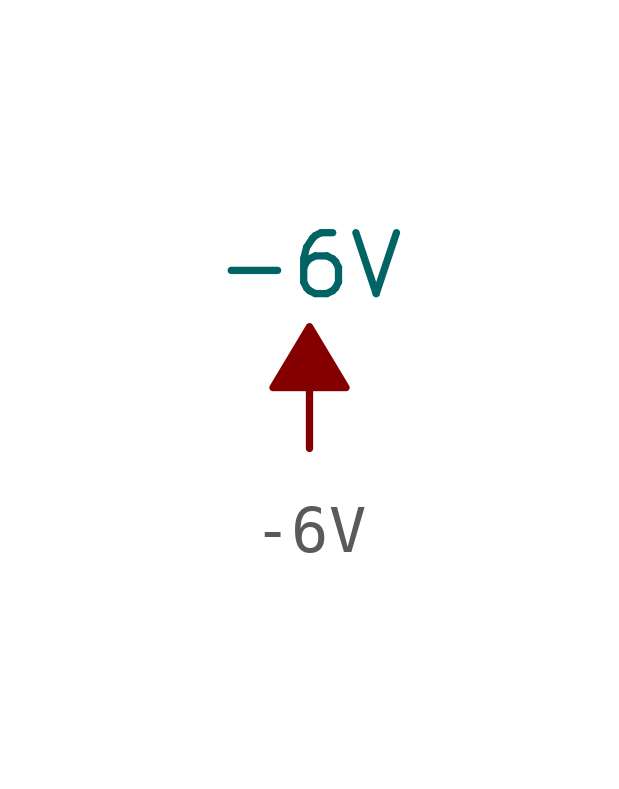
<source format=kicad_sym>
(kicad_symbol_lib
  (version 20211014)
  (generator kicad_symbol_editor)
  (symbol "power1:-6V"
    (power)
    (pin_names
      (offset 0))
    (property "Reference" "#PWR"
      (at 0 2.54 0)
      (effects (font (size 1.27 1.27)) hide))
    (property "Value" "-6V"
      (at 0 3.81 0)
      (effects (font (size 1.27 1.27))))
    (symbol "-6V_0_0"
      (pin power_in line (at 0 0 90) (length 0) hide (name "-6V" (effects (font (size 1.27 1.27)))) (number "1" (effects (font (size 1.27 1.27))))))
    (symbol "-6V_0_1"
      (polyline (pts (xy 0 0) (xy 0 1.27) (xy 0.762 1.27) (xy 0 2.54) (xy -0.762 1.27) (xy 0 1.27)) (stroke (width 0) (type default) (color 0 0 0 0)) (fill (type outline))))))
</source>
